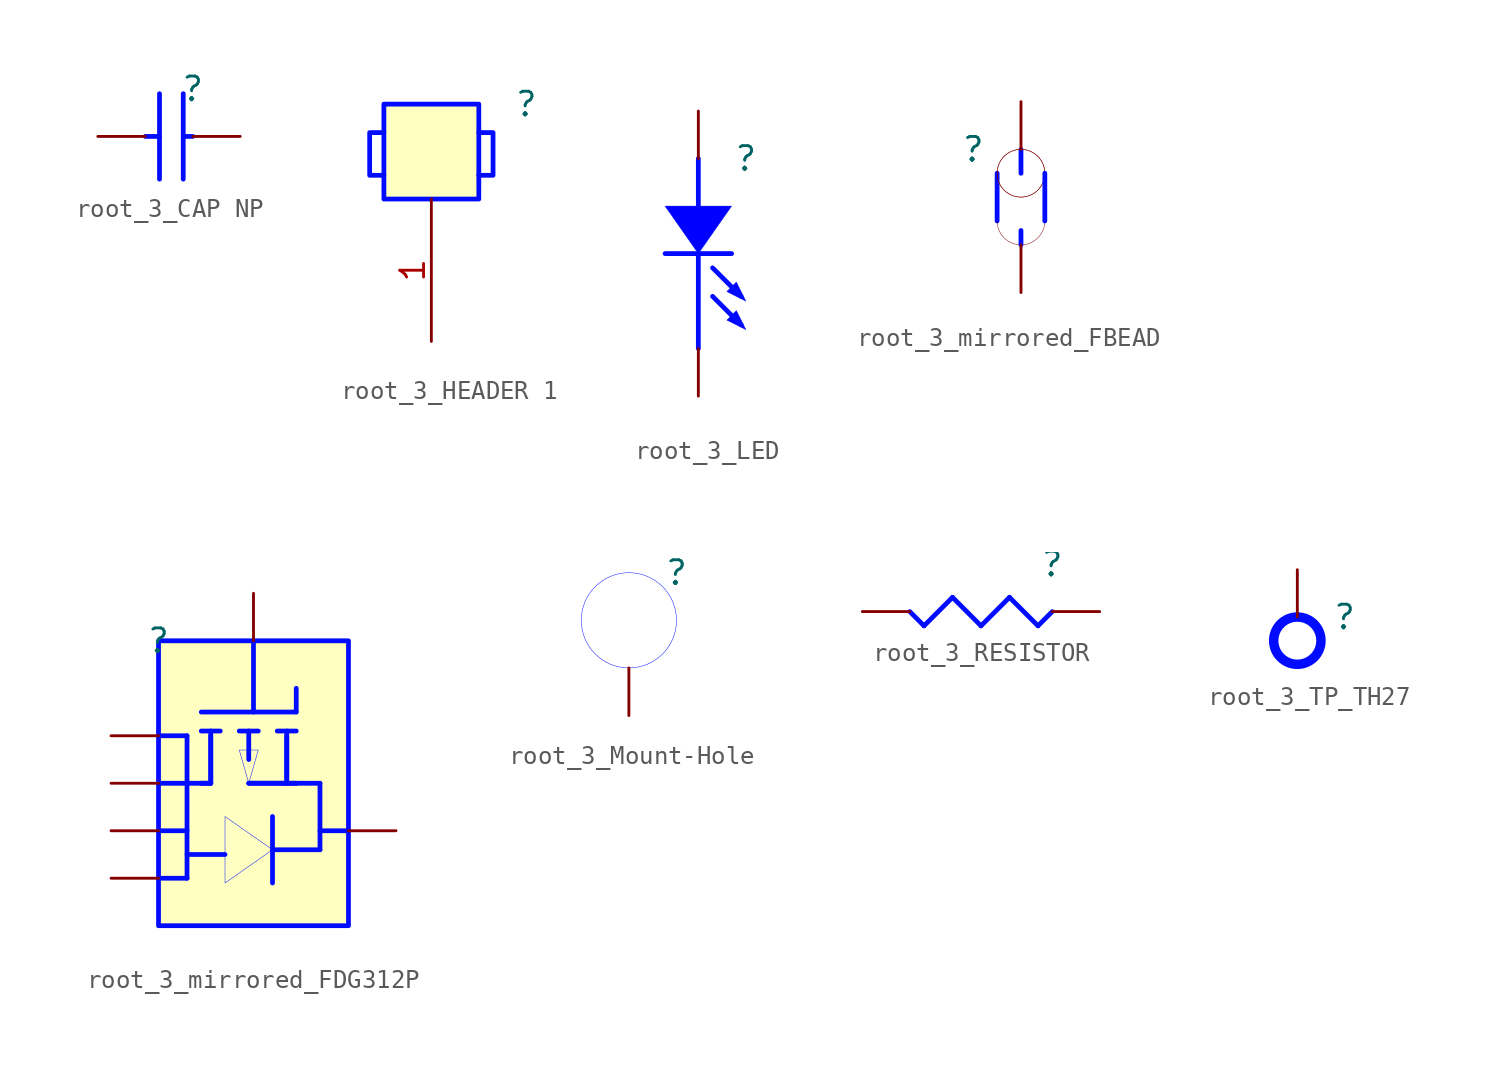
<source format=kicad_sym>
(kicad_symbol_lib
  (version 20231120)
  (generator "kicad_symbol_editor")
  (generator_version "8.0")
  (symbol "root_3_CAP NP"
    (property "Reference" ""
      (at 0 0 0)
      (effects (font (size 1.27 1.27))))
    (property "Value" ""
      (at 0 0 0)
      (effects (font (size 1.27 1.27))))
    (symbol "root_3_CAP NP_1_0"
      (polyline (pts (xy -2.54 -2.54) (xy -1.778 -2.54)) (stroke (width 0.254) (type solid) (color 0 11 255 1)) (fill (type none)))
      (polyline (pts (xy -1.778 -0.254) (xy -1.778 -4.826)) (stroke (width 0.254) (type solid) (color 0 11 255 1)) (fill (type none)))
      (polyline (pts (xy -0.508 -0.254) (xy -0.508 -4.826)) (stroke (width 0.254) (type solid) (color 0 11 255 1)) (fill (type none)))
      (polyline (pts (xy 0 -2.54) (xy -0.508 -2.54)) (stroke (width 0.254) (type solid) (color 0 11 255 1)) (fill (type none)))
      (pin passive line (at 2.54 -2.54 180) (length 2.54) (name "1" (effects (font (size 0 0)))) (number "1" (effects (font (size 0 0)))))
      (pin passive line (at -5.08 -2.54 0) (length 2.54) (name "2" (effects (font (size 0 0)))) (number "2" (effects (font (size 0 0)))))))
  (symbol "root_3_HEADER 1"
    (property "Reference" ""
      (at 0 0 0)
      (effects (font (size 1.27 1.27))))
    (property "Value" ""
      (at 0 0 0)
      (effects (font (size 1.27 1.27))))
    (symbol "root_3_HEADER 1_1_0"
      (rectangle (start -2.54 0) (end -7.62 -5.08) (stroke (width 0.254) (type solid) (color 0 11 255 1)) (fill (type background)))
      (polyline (pts (xy -7.62 -1.524) (xy -7.62 -1.524) (xy -8.382 -1.524) (xy -8.382 -3.81) (xy -7.62 -3.81)) (stroke (width 0.254) (type solid) (color 0 11 255 1)) (fill (type none)))
      (polyline (pts (xy -2.54 -3.81) (xy -2.54 -3.81) (xy -1.778 -3.81) (xy -1.778 -1.524) (xy -2.54 -1.524)) (stroke (width 0.254) (type solid) (color 0 11 255 1)) (fill (type none)))
      (pin passive line (at -5.08 -12.7 90) (length 7.62) (name "1" (effects (font (size 0 0)))) (number "1" (effects (font (size 1.27 1.27)))))))
  (symbol "root_3_LED"
    (property "Reference" ""
      (at 0 0 0)
      (effects (font (size 1.27 1.27))))
    (property "Value" ""
      (at 0 0 0)
      (effects (font (size 1.27 1.27))))
    (symbol "root_3_LED_1_0"
      (polyline (pts (xy -2.54 -5.08) (xy -2.54 -10.16)) (stroke (width 0.254) (type solid) (color 0 11 255 1)) (fill (type none)))
      (polyline (pts (xy -2.54 0) (xy -2.54 -2.54)) (stroke (width 0.254) (type solid) (color 0 11 255 1)) (fill (type none)))
      (polyline (pts (xy -0.762 -5.08) (xy -4.318 -5.08)) (stroke (width 0.254) (type solid) (color 0 11 255 1)) (fill (type none)))
      (polyline (pts (xy -0.254 -8.89) (xy -1.778 -7.366)) (stroke (width 0.254) (type solid) (color 0 11 255 1)) (fill (type none)))
      (polyline (pts (xy -0.254 -7.366) (xy -1.778 -5.842)) (stroke (width 0.254) (type solid) (color 0 11 255 1)) (fill (type none)))
      (polyline (pts (xy -2.54 -5.08) (xy -2.54 -5.08) (xy -4.318 -2.54) (xy -0.762 -2.54) (xy -2.54 -5.08) (xy -2.54 -5.08)) (stroke (width 0.025) (type solid) (color 0 11 255 1)) (fill (type color) (color 0 0 255 1)))
      (polyline (pts (xy -0.508 -8.128) (xy -0.508 -8.128) (xy 0 -9.144) (xy -1.016 -8.636) (xy -0.508 -8.128) (xy -0.508 -8.128)) (stroke (width 0.025) (type solid) (color 0 11 255 1)) (fill (type color) (color 0 0 255 1)))
      (polyline (pts (xy -0.508 -6.604) (xy -0.508 -6.604) (xy 0 -7.62) (xy -1.016 -7.112) (xy -0.508 -6.604) (xy -0.508 -6.604)) (stroke (width 0.025) (type solid) (color 0 11 255 1)) (fill (type color) (color 0 0 255 1)))
      (pin passive line (at -2.54 -12.7 90) (length 2.54) (name "CATHODE" (effects (font (size 0 0)))) (number "1" (effects (font (size 0 0)))))
      (pin passive line (at -2.54 2.54 270) (length 2.54) (name "ANODE" (effects (font (size 0 0)))) (number "2" (effects (font (size 0 0)))))))
  (symbol "root_3_mirrored_FBEAD"
    (property "Reference" ""
      (at 0 0 0)
      (effects (font (size 1.27 1.27))))
    (property "Value" ""
      (at 0 0 0)
      (effects (font (size 1.27 1.27))))
    (symbol "root_3_mirrored_FBEAD_1_0"
      (polyline (pts (xy 1.27 -1.27) (xy 1.27 -3.81)) (stroke (width 0.254) (type solid) (color 0 11 255 1)) (fill (type none)))
      (polyline (pts (xy 2.54 -4.318) (xy 2.54 -5.08)) (stroke (width 0.254) (type solid) (color 0 11 255 1)) (fill (type none)))
      (polyline (pts (xy 2.54 0) (xy 2.54 -1.27)) (stroke (width 0.254) (type solid) (color 0 11 255 1)) (fill (type none)))
      (polyline (pts (xy 3.81 -1.27) (xy 3.81 -3.81)) (stroke (width 0.254) (type solid) (color 0 11 255 1)) (fill (type none)))
      (arc (start 1.27 -3.81) (mid 2.54 -5.08) (end 3.81 -3.81) (stroke (width 0.0254) (type solid)) (fill (type none)))
      (arc (start 1.27 -1.27) (mid 2.54 -2.54) (end 3.81 -1.27) (stroke (width 0.0254) (type solid)) (fill (type none)))
      (circle (center 2.54 -1.27) (radius 1.27) (stroke (width 0.025) (type solid)) (fill (type none)))
      (arc (start 3.81 -1.27) (mid 2.54 0) (end 1.27 -1.27) (stroke (width 0.0254) (type solid)) (fill (type none)))
      (pin passive line (at 2.54 2.54 270) (length 2.54) (name "1" (effects (font (size 0 0)))) (number "1" (effects (font (size 0 0)))))
      (pin passive line (at 2.54 -7.62 90) (length 2.54) (name "2" (effects (font (size 0 0)))) (number "2" (effects (font (size 0 0)))))))
  (symbol "root_3_mirrored_FDG312P"
    (property "Reference" ""
      (at 0 0 0)
      (effects (font (size 1.27 1.27))))
    (property "Value" ""
      (at 0 0 0)
      (effects (font (size 1.27 1.27))))
    (symbol "root_3_mirrored_FDG312P_1_0"
      (polyline (pts (xy 0 -12.7) (xy 1.524 -12.7)) (stroke (width 0.254) (type solid) (color 0 11 255 1)) (fill (type none)))
      (polyline (pts (xy 0 -10.16) (xy 1.524 -10.16)) (stroke (width 0.254) (type solid) (color 0 11 255 1)) (fill (type none)))
      (polyline (pts (xy 0 -7.62) (xy 1.524 -7.62)) (stroke (width 0.254) (type solid) (color 0 11 255 1)) (fill (type none)))
      (polyline (pts (xy 0 -5.08) (xy 1.524 -5.08)) (stroke (width 0.254) (type solid) (color 0 11 255 1)) (fill (type none)))
      (polyline (pts (xy 1.524 -5.08) (xy 1.524 -12.7)) (stroke (width 0.254) (type solid) (color 0 11 255 1)) (fill (type none)))
      (polyline (pts (xy 2.286 -7.62) (xy 1.524 -7.62)) (stroke (width 0.254) (type solid) (color 0 11 255 1)) (fill (type none)))
      (polyline (pts (xy 2.286 -7.62) (xy 2.794 -7.62)) (stroke (width 0.254) (type solid) (color 0 11 255 1)) (fill (type none)))
      (polyline (pts (xy 2.286 -7.62) (xy 2.794 -7.62)) (stroke (width 0.254) (type solid) (color 0 11 255 1)) (fill (type none)))
      (polyline (pts (xy 2.286 -4.826) (xy 3.302 -4.826)) (stroke (width 0.254) (type solid) (color 0 11 255 1)) (fill (type none)))
      (polyline (pts (xy 2.794 -7.62) (xy 2.794 -5.08)) (stroke (width 0.254) (type solid) (color 0 11 255 1)) (fill (type none)))
      (polyline (pts (xy 2.794 -7.62) (xy 2.794 -4.826)) (stroke (width 0.254) (type solid) (color 0 11 255 1)) (fill (type none)))
      (polyline (pts (xy 3.556 -11.43) (xy 1.524 -11.43)) (stroke (width 0.254) (type solid) (color 0 11 255 1)) (fill (type none)))
      (polyline (pts (xy 4.318 -4.826) (xy 5.334 -4.826)) (stroke (width 0.254) (type solid) (color 0 11 255 1)) (fill (type none)))
      (polyline (pts (xy 4.826 -7.62) (xy 7.366 -7.62)) (stroke (width 0.254) (type solid) (color 0 11 255 1)) (fill (type none)))
      (polyline (pts (xy 4.826 -7.62) (xy 7.366 -7.62)) (stroke (width 0.254) (type solid) (color 0 11 255 1)) (fill (type none)))
      (polyline (pts (xy 4.826 -6.35) (xy 4.826 -4.826)) (stroke (width 0.254) (type solid) (color 0 11 255 1)) (fill (type none)))
      (polyline (pts (xy 5.08 0) (xy 5.08 -3.81)) (stroke (width 0.254) (type solid) (color 0 11 255 1)) (fill (type none)))
      (polyline (pts (xy 6.096 -12.954) (xy 6.096 -9.398)) (stroke (width 0.254) (type solid) (color 0 11 255 1)) (fill (type none)))
      (polyline (pts (xy 6.096 -11.176) (xy 8.636 -11.176)) (stroke (width 0.254) (type solid) (color 0 11 255 1)) (fill (type none)))
      (polyline (pts (xy 6.35 -4.826) (xy 7.366 -4.826)) (stroke (width 0.254) (type solid) (color 0 11 255 1)) (fill (type none)))
      (polyline (pts (xy 6.858 -5.08) (xy 6.858 -7.366)) (stroke (width 0.254) (type solid) (color 0 11 255 1)) (fill (type none)))
      (polyline (pts (xy 6.858 -4.826) (xy 6.858 -7.62)) (stroke (width 0.254) (type solid) (color 0 11 255 1)) (fill (type none)))
      (polyline (pts (xy 7.366 -3.81) (xy 2.286 -3.81)) (stroke (width 0.254) (type solid) (color 0 11 255 1)) (fill (type none)))
      (polyline (pts (xy 7.366 -2.54) (xy 7.366 -3.81)) (stroke (width 0.254) (type solid) (color 0 11 255 1)) (fill (type none)))
      (polyline (pts (xy 8.636 -7.62) (xy 7.366 -7.62)) (stroke (width 0.254) (type solid) (color 0 11 255 1)) (fill (type none)))
      (polyline (pts (xy 8.636 -7.62) (xy 8.636 -11.176)) (stroke (width 0.254) (type solid) (color 0 11 255 1)) (fill (type none)))
      (polyline (pts (xy 10.16 -10.16) (xy 8.636 -10.16)) (stroke (width 0.254) (type solid) (color 0 11 255 1)) (fill (type none)))
      (polyline (pts (xy 4.826 -7.62) (xy 4.318 -5.842) (xy 5.334 -5.842) (xy 4.826 -7.62) (xy 4.826 -7.62)) (stroke (width 0.025) (type solid) (color 0 11 255 1)) (fill (type color) (color 0 0 255 1)))
      (polyline (pts (xy 6.096 -11.176) (xy 6.096 -11.176) (xy 3.556 -9.398) (xy 3.556 -12.954) (xy 6.096 -11.176) (xy 6.096 -11.176)) (stroke (width 0.025) (type solid) (color 0 11 255 1)) (fill (type color) (color 0 0 255 1)))
      (rectangle (start 10.16 0) (end 0 -15.24) (stroke (width 0.254) (type solid) (color 0 11 255 1)) (fill (type background)))
      (pin passive line (at -2.54 -5.08 0) (length 2.54) (name "D1" (effects (font (size 0 0)))) (number "1" (effects (font (size 0 0)))))
      (pin passive line (at -2.54 -7.62 0) (length 2.54) (name "D2" (effects (font (size 0 0)))) (number "2" (effects (font (size 0 0)))))
      (pin passive line (at 5.08 2.54 270) (length 2.54) (name "G" (effects (font (size 0 0)))) (number "3" (effects (font (size 0 0)))))
      (pin passive line (at 12.7 -10.16 180) (length 2.54) (name "S" (effects (font (size 0 0)))) (number "4" (effects (font (size 0 0)))))
      (pin passive line (at -2.54 -10.16 0) (length 2.54) (name "D3" (effects (font (size 0 0)))) (number "5" (effects (font (size 0 0)))))
      (pin passive line (at -2.54 -12.7 0) (length 2.54) (name "D4" (effects (font (size 0 0)))) (number "6" (effects (font (size 0 0)))))))
  (symbol "root_3_Mount-Hole"
    (property "Reference" ""
      (at 0 0 0)
      (effects (font (size 1.27 1.27))))
    (property "Value" ""
      (at 0 0 0)
      (effects (font (size 1.27 1.27))))
    (symbol "root_3_Mount-Hole_1_0"
      (circle (center -2.54 -2.54) (radius 2.54) (stroke (width 0.025) (type solid) (color 0 11 255 1)) (fill (type none)))
      (pin passive line (at -2.54 -7.62 90) (length 2.54) (name "P1" (effects (font (size 0 0)))) (number "1" (effects (font (size 0 0)))))))
  (symbol "root_3_RESISTOR"
    (property "Reference" ""
      (at 0 0 0)
      (effects (font (size 1.27 1.27))))
    (property "Value" ""
      (at 0 0 0)
      (effects (font (size 1.27 1.27))))
    (symbol "root_3_RESISTOR_1_0"
      (polyline (pts (xy -6.858 -3.302) (xy -7.62 -2.54)) (stroke (width 0.254) (type solid) (color 0 11 255 1)) (fill (type none)))
      (polyline (pts (xy -5.334 -1.778) (xy -6.858 -3.302)) (stroke (width 0.254) (type solid) (color 0 11 255 1)) (fill (type none)))
      (polyline (pts (xy -3.81 -3.302) (xy -5.334 -1.778)) (stroke (width 0.254) (type solid) (color 0 11 255 1)) (fill (type none)))
      (polyline (pts (xy -2.286 -1.778) (xy -3.81 -3.302)) (stroke (width 0.254) (type solid) (color 0 11 255 1)) (fill (type none)))
      (polyline (pts (xy -0.762 -3.302) (xy -2.286 -1.778)) (stroke (width 0.254) (type solid) (color 0 11 255 1)) (fill (type none)))
      (polyline (pts (xy 0 -2.54) (xy -0.762 -3.302)) (stroke (width 0.254) (type solid) (color 0 11 255 1)) (fill (type none)))
      (pin passive line (at 2.54 -2.54 180) (length 2.54) (name "1" (effects (font (size 0 0)))) (number "1" (effects (font (size 0 0)))))
      (pin passive line (at -10.16 -2.54 0) (length 2.54) (name "2" (effects (font (size 0 0)))) (number "2" (effects (font (size 0 0)))))))
  (symbol "root_3_TP_TH27"
    (property "Reference" ""
      (at 0 0 0)
      (effects (font (size 1.27 1.27))))
    (property "Value" ""
      (at 0 0 0)
      (effects (font (size 1.27 1.27))))
    (symbol "root_3_TP_TH27_1_0"
      (circle (center -2.54 -1.27) (radius 1.27) (stroke (width 0.508) (type solid) (color 0 11 255 1)) (fill (type none)))
      (pin passive line (at -2.54 2.54 270) (length 2.54) (name "1" (effects (font (size 0 0)))) (number "1" (effects (font (size 0 0))))))))
</source>
